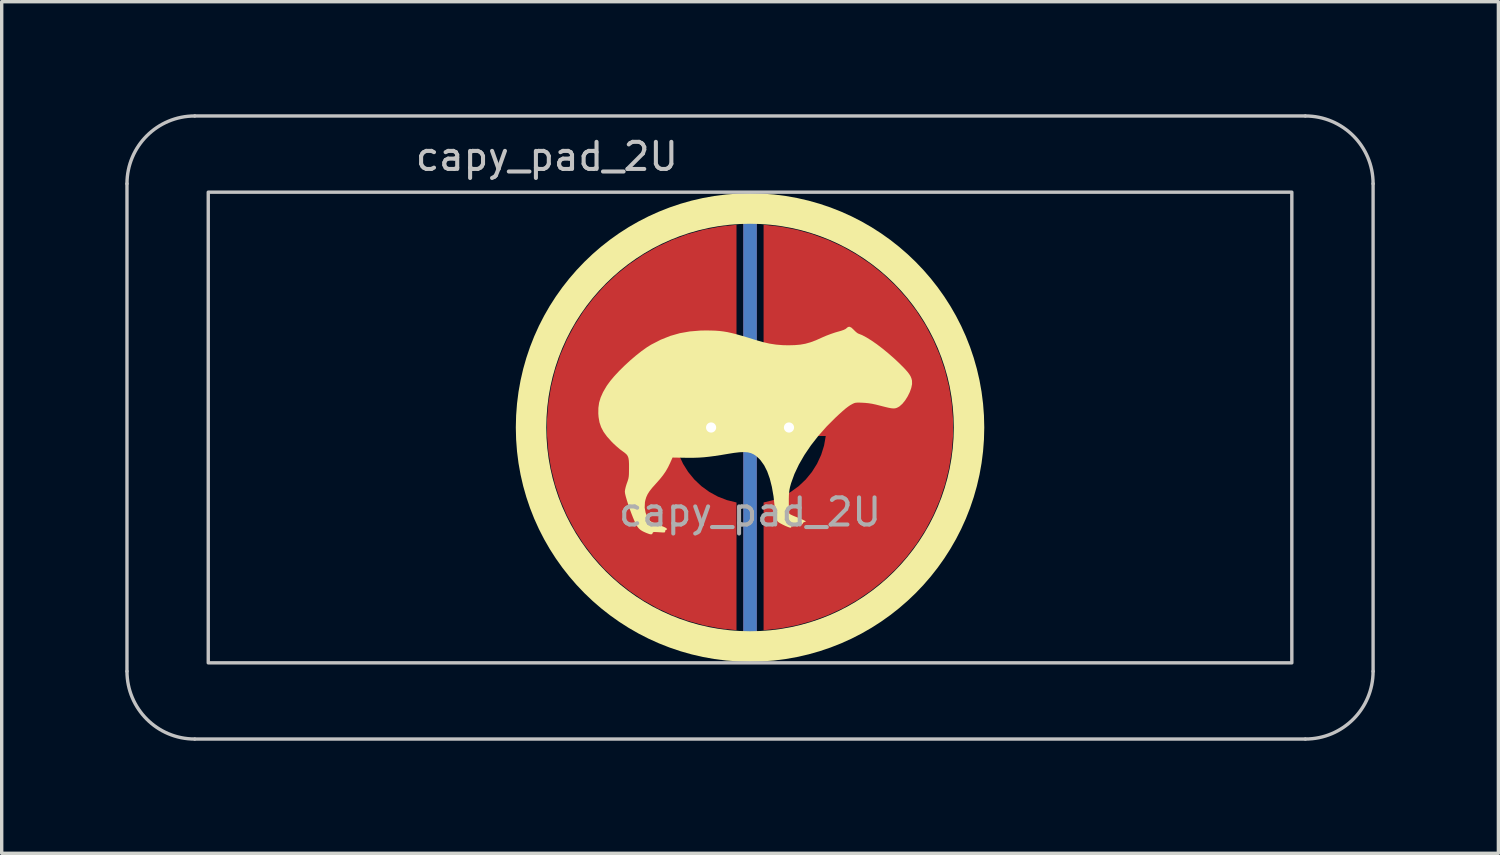
<source format=kicad_pcb>
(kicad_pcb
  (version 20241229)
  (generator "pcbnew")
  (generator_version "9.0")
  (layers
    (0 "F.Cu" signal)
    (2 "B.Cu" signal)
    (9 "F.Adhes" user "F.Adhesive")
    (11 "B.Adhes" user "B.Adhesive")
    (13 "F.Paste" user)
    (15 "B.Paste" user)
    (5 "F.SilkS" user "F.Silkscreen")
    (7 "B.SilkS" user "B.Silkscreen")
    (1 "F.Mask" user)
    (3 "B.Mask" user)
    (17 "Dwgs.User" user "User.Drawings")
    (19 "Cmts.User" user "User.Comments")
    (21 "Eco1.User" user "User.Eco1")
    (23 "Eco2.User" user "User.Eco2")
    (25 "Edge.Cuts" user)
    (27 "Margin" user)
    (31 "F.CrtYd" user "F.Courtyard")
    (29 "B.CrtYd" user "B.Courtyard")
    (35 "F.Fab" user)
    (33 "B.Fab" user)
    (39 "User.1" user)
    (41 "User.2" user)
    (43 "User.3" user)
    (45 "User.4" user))
  (footprint "capy_pad_2U"
    (layer "F.Cu")
    (at 19.1 9.575)
    (property "Reference" "capy_pad_2U" (at -6 -8 0) (layer "Dwgs.User") (effects (font (size 0.8 0.8) (thickness 0.12))))
    (attr exclude_from_pos_files exclude_from_bom)
    (fp_circle (center 0 0) (end -6.467 0) (stroke (width 0.9) (type solid)) (fill no) (layer "F.SilkS"))
    (fp_poly (pts (xy 2.994 -2.949) (xy 3.059 -2.889) (xy 3.064 -2.883) (xy 3.117 -2.831) (xy 3.167 -2.79) (xy 3.2 -2.772) (xy 3.309 -2.729) (xy 3.439 -2.66) (xy 3.587 -2.568) (xy 3.747 -2.457) (xy 3.916 -2.328) (xy 4.09 -2.185) (xy 4.264 -2.032) (xy 4.334 -1.967) (xy 4.462 -1.843) (xy 4.564 -1.74) (xy 4.642 -1.653) (xy 4.7 -1.578) (xy 4.741 -1.511) (xy 4.767 -1.447) (xy 4.783 -1.383) (xy 4.785 -1.283) (xy 4.761 -1.167) (xy 4.716 -1.042) (xy 4.654 -0.917) (xy 4.58 -0.8) (xy 4.498 -0.699) (xy 4.412 -0.623) (xy 4.37 -0.598) (xy 4.327 -0.578) (xy 4.282 -0.566) (xy 4.231 -0.563) (xy 4.167 -0.569) (xy 4.083 -0.585) (xy 3.974 -0.611) (xy 3.861 -0.64) (xy 3.72 -0.676) (xy 3.604 -0.701) (xy 3.5 -0.717) (xy 3.398 -0.727) (xy 3.334 -0.731) (xy 3.237 -0.735) (xy 3.169 -0.735) (xy 3.119 -0.731) (xy 3.079 -0.721) (xy 3.039 -0.703) (xy 3.016 -0.691) (xy 2.955 -0.657) (xy 2.891 -0.613) (xy 2.818 -0.557) (xy 2.733 -0.484) (xy 2.63 -0.391) (xy 2.528 -0.296) (xy 2.261 -0.029) (xy 2.016 0.248) (xy 1.797 0.529) (xy 1.605 0.812) (xy 1.442 1.095) (xy 1.311 1.372) (xy 1.213 1.643) (xy 1.182 1.754) (xy 1.166 1.829) (xy 1.155 1.907) (xy 1.148 1.998) (xy 1.145 2.112) (xy 1.145 2.213) (xy 1.146 2.32) (xy 1.148 2.415) (xy 1.153 2.489) (xy 1.158 2.535) (xy 1.161 2.545) (xy 1.185 2.563) (xy 1.236 2.589) (xy 1.306 2.619) (xy 1.349 2.636) (xy 1.433 2.67) (xy 1.511 2.702) (xy 1.571 2.729) (xy 1.588 2.738) (xy 1.654 2.773) (xy 1.6 2.793) (xy 1.564 2.815) (xy 1.556 2.839) (xy 1.547 2.857) (xy 1.504 2.867) (xy 1.433 2.867) (xy 1.336 2.858) (xy 1.293 2.852) (xy 1.246 2.847) (xy 1.226 2.856) (xy 1.221 2.888) (xy 1.221 2.904) (xy 1.218 2.946) (xy 1.202 2.959) (xy 1.168 2.954) (xy 1.114 2.935) (xy 1.042 2.905) (xy 0.965 2.868) (xy 0.895 2.831) (xy 0.844 2.8) (xy 0.83 2.789) (xy 0.805 2.762) (xy 0.786 2.727) (xy 0.77 2.679) (xy 0.757 2.612) (xy 0.745 2.519) (xy 0.733 2.395) (xy 0.729 2.353) (xy 0.694 2.035) (xy 0.645 1.754) (xy 0.583 1.508) (xy 0.507 1.295) (xy 0.417 1.117) (xy 0.312 0.97) (xy 0.271 0.925) (xy 0.192 0.852) (xy 0.113 0.796) (xy 0.028 0.757) (xy -0.068 0.733) (xy -0.18 0.725) (xy -0.314 0.731) (xy -0.475 0.75) (xy -0.633 0.775) (xy -0.853 0.812) (xy -1.044 0.841) (xy -1.212 0.863) (xy -1.364 0.879) (xy -1.51 0.889) (xy -1.655 0.894) (xy -1.808 0.895) (xy -1.902 0.894) (xy -2.289 0.887) (xy -2.36 1.047) (xy -2.423 1.177) (xy -2.49 1.294) (xy -2.568 1.407) (xy -2.663 1.526) (xy -2.781 1.659) (xy -2.789 1.668) (xy -2.892 1.783) (xy -2.969 1.882) (xy -3.025 1.97) (xy -3.065 2.057) (xy -3.092 2.148) (xy -3.104 2.21) (xy -3.112 2.368) (xy -3.083 2.522) (xy -3.017 2.667) (xy -3.017 2.667) (xy -2.988 2.714) (xy -2.961 2.748) (xy -2.93 2.774) (xy -2.884 2.799) (xy -2.818 2.827) (xy -2.743 2.856) (xy -2.656 2.89) (xy -2.578 2.921) (xy -2.52 2.946) (xy -2.492 2.96) (xy -2.457 2.987) (xy -2.451 3.01) (xy -2.474 3.021) (xy -2.477 3.021) (xy -2.501 3.038) (xy -2.506 3.064) (xy -2.508 3.083) (xy -2.518 3.095) (xy -2.543 3.1) (xy -2.592 3.099) (xy -2.67 3.094) (xy -2.686 3.093) (xy -2.771 3.088) (xy -2.824 3.086) (xy -2.855 3.091) (xy -2.87 3.101) (xy -2.877 3.12) (xy -2.892 3.148) (xy -2.924 3.156) (xy -2.977 3.146) (xy -3.057 3.116) (xy -3.068 3.112) (xy -3.162 3.069) (xy -3.229 3.029) (xy -3.281 2.984) (xy -3.328 2.926) (xy -3.332 2.92) (xy -3.367 2.861) (xy -3.409 2.772) (xy -3.455 2.663) (xy -3.504 2.538) (xy -3.552 2.407) (xy -3.598 2.276) (xy -3.637 2.151) (xy -3.669 2.041) (xy -3.69 1.953) (xy -3.697 1.893) (xy -3.697 1.892) (xy -3.69 1.835) (xy -3.672 1.756) (xy -3.646 1.67) (xy -3.636 1.643) (xy -3.611 1.572) (xy -3.594 1.514) (xy -3.583 1.457) (xy -3.577 1.391) (xy -3.575 1.305) (xy -3.574 1.211) (xy -3.574 1.078) (xy -3.579 0.977) (xy -3.591 0.901) (xy -3.613 0.843) (xy -3.647 0.795) (xy -3.697 0.75) (xy -3.765 0.7) (xy -3.771 0.696) (xy -3.846 0.64) (xy -3.934 0.565) (xy -4.024 0.483) (xy -4.091 0.416) (xy -4.224 0.268) (xy -4.325 0.129) (xy -4.397 -0.008) (xy -4.446 -0.151) (xy -4.473 -0.306) (xy -4.481 -0.412) (xy -4.479 -0.579) (xy -4.457 -0.734) (xy -4.412 -0.885) (xy -4.342 -1.042) (xy -4.244 -1.211) (xy -4.221 -1.246) (xy -4.127 -1.375) (xy -4.006 -1.519) (xy -3.864 -1.671) (xy -3.706 -1.827) (xy -3.54 -1.98) (xy -3.37 -2.125) (xy -3.204 -2.256) (xy -3.046 -2.369) (xy -2.92 -2.447) (xy -2.638 -2.592) (xy -2.359 -2.704) (xy -2.075 -2.785) (xy -1.78 -2.837) (xy -1.465 -2.863) (xy -1.296 -2.866) (xy -1.154 -2.864) (xy -1.026 -2.86) (xy -0.906 -2.851) (xy -0.789 -2.837) (xy -0.669 -2.817) (xy -0.54 -2.789) (xy -0.396 -2.752) (xy -0.233 -2.706) (xy -0.043 -2.649) (xy 0.146 -2.59) (xy 0.37 -2.525) (xy 0.573 -2.478) (xy 0.767 -2.448) (xy 0.963 -2.432) (xy 1.13 -2.428) (xy 1.318 -2.433) (xy 1.483 -2.447) (xy 1.635 -2.474) (xy 1.784 -2.516) (xy 1.943 -2.575) (xy 2.121 -2.655) (xy 2.136 -2.662) (xy 2.25 -2.711) (xy 2.382 -2.761) (xy 2.511 -2.805) (xy 2.577 -2.824) (xy 2.689 -2.856) (xy 2.769 -2.884) (xy 2.822 -2.91) (xy 2.848 -2.932) (xy 2.894 -2.969) (xy 2.941 -2.975)) (stroke (width 0) (type solid)) (fill yes) (layer "F.SilkS"))
    (fp_line (start -18.4 7.2) (end -18.4 -7.2) (stroke (width 0.1) (type default)) (layer "Dwgs.User"))
    (fp_line (start -16.4 -9.2) (end 16.4 -9.2) (stroke (width 0.1) (type default)) (layer "Dwgs.User"))
    (fp_line (start 16.4 9.2) (end -16.4 9.2) (stroke (width 0.1) (type default)) (layer "Dwgs.User"))
    (fp_line (start 18.4 -7.2) (end 18.4 7.2) (stroke (width 0.1) (type default)) (layer "Dwgs.User"))
    (fp_rect (start -16 -6.95) (end 16 6.95) (stroke (width 0.1) (type default)) (fill no) (layer "Dwgs.User"))
    (fp_arc (start -18.4 -7.2) (mid -17.814214 -8.614214) (end -16.4 -9.2) (stroke (width 0.1) (type default)) (layer "Dwgs.User"))
    (fp_arc (start -16.4 9.2) (mid -17.814214 8.614214) (end -18.4 7.2) (stroke (width 0.1) (type default)) (layer "Dwgs.User"))
    (fp_arc (start 16.4 -9.2) (mid 17.814214 -8.614214) (end 18.4 -7.2) (stroke (width 0.1) (type default)) (layer "Dwgs.User"))
    (fp_arc (start 18.4 7.2) (mid 17.814214 8.614214) (end 16.4 9.2) (stroke (width 0.1) (type default)) (layer "Dwgs.User"))
    (fp_rect (start -19.05 -9.525) (end 19.05 9.525) (stroke (width 0.1) (type default)) (fill no) (layer "Eco2.User"))
    (fp_text user "${REFERENCE}" (at 0 2.5 180) (layer "F.Fab") (effects (font (size 0.8 0.8) (thickness 0.12))))
    (pad "1" thru_hole circle (at -1.15 0 90) (size 0.8 0.8) (drill 0.3) (layers "*.Cu"))
    (pad "1" smd custom (at -1 0) (size 0.4 0.4) (layers "F.Cu") (options (anchor circle)) (primitives (gr_poly (pts (xy 0.6 -2.214) (xy 0.32 -2.145) (xy 0.052 -2.041) (xy -0.201 -1.903) (xy -0.434 -1.734) (xy -0.644 -1.536) (xy -0.826 -1.314) (xy -0.979 -1.07) (xy -1.1 -0.808) (xy -1.186 -0.534) (xy -1.236 -0.25) (xy 0 -0.25) (xy 0.096 -0.231) (xy 0.177 -0.177) (xy 0.231 -0.096) (xy 0.25 0) (xy 0.231 0.096) (xy 0.177 0.177) (xy 0.096 0.231) (xy 0 0.25) (xy -1.236 0.25) (xy -1.186 0.534) (xy -1.1 0.808) (xy -0.979 1.07) (xy -0.826 1.314) (xy -0.644 1.536) (xy -0.434 1.734) (xy -0.201 1.903) (xy 0.052 2.041) (xy 0.32 2.145) (xy 0.6 2.214) (xy 0.6 5.987) (xy 0.115 5.934) (xy -0.364 5.843) (xy -0.834 5.713) (xy -1.292 5.545) (xy -1.735 5.341) (xy -2.159 5.101) (xy -2.563 4.827) (xy -2.943 4.522) (xy -3.298 4.187) (xy -3.623 3.824) (xy -3.919 3.436) (xy -4.182 3.025) (xy -4.41 2.594) (xy -4.603 2.147) (xy -4.759 1.684) (xy -4.876 1.211) (xy -4.955 0.73) (xy -4.995 0.244) (xy -4.995 -0.244) (xy -4.955 -0.73) (xy -4.876 -1.211) (xy -4.759 -1.684) (xy -4.603 -2.147) (xy -4.41 -2.594) (xy -4.182 -3.025) (xy -3.919 -3.436) (xy -3.623 -3.824) (xy -3.298 -4.187) (xy -2.943 -4.522) (xy -2.563 -4.827) (xy -2.159 -5.101) (xy -1.735 -5.341) (xy -1.292 -5.545) (xy -0.834 -5.713) (xy -0.364 -5.843) (xy 0.115 -5.934) (xy 0.6 -5.987)) (width 0) (fill yes))))
    (pad "2" smd custom (at 1 0 180) (size 0.4 0.4) (layers "F.Cu") (options (anchor circle)) (primitives (gr_poly (pts (xy 0.6 -2.214) (xy 0.32 -2.145) (xy 0.052 -2.041) (xy -0.201 -1.903) (xy -0.434 -1.734) (xy -0.644 -1.536) (xy -0.826 -1.314) (xy -0.979 -1.07) (xy -1.1 -0.808) (xy -1.186 -0.534) (xy -1.236 -0.25) (xy 0 -0.25) (xy 0.096 -0.231) (xy 0.177 -0.177) (xy 0.231 -0.096) (xy 0.25 0) (xy 0.231 0.096) (xy 0.177 0.177) (xy 0.096 0.231) (xy 0 0.25) (xy -1.236 0.25) (xy -1.186 0.534) (xy -1.1 0.808) (xy -0.979 1.07) (xy -0.826 1.314) (xy -0.644 1.536) (xy -0.434 1.734) (xy -0.201 1.903) (xy 0.052 2.041) (xy 0.32 2.145) (xy 0.6 2.214) (xy 0.6 5.987) (xy 0.115 5.934) (xy -0.364 5.843) (xy -0.834 5.713) (xy -1.292 5.545) (xy -1.735 5.341) (xy -2.159 5.101) (xy -2.563 4.827) (xy -2.943 4.522) (xy -3.298 4.187) (xy -3.623 3.824) (xy -3.919 3.436) (xy -4.182 3.025) (xy -4.41 2.594) (xy -4.603 2.147) (xy -4.759 1.684) (xy -4.876 1.211) (xy -4.955 0.73) (xy -4.995 0.244) (xy -4.995 -0.244) (xy -4.955 -0.73) (xy -4.876 -1.211) (xy -4.759 -1.684) (xy -4.603 -2.147) (xy -4.41 -2.594) (xy -4.182 -3.025) (xy -3.919 -3.436) (xy -3.623 -3.824) (xy -3.298 -4.187) (xy -2.943 -4.522) (xy -2.563 -4.827) (xy -2.159 -5.101) (xy -1.735 -5.341) (xy -1.292 -5.545) (xy -0.834 -5.713) (xy -0.364 -5.843) (xy 0.115 -5.934) (xy 0.6 -5.987)) (width 0) (fill yes))))
    (pad "2" thru_hole circle (at 1.15 0 90) (size 0.8 0.8) (drill 0.3) (layers "*.Cu"))
    (pad "3" smd roundrect (at 0 0) (size 0.4 12.5) (layers "B.Cu") (roundrect_rratio 0.5))
    (pad "3" smd roundrect (at 0 0) (size 0.4 12.75) (layers "F.Cu") (roundrect_rratio 0.5))
    (zone (net_name "") (layer "F.Cu") (hatch edge 0.508) (connect_pads) (min_thickness 0.254) (filled_areas_thickness no) (keepout (tracks allowed) (vias allowed) (pads allowed) (copperpour not_allowed) (footprints allowed)) (placement (enabled no)) (fill) (polygon (pts (xy 19.1 15.825) (xy 18.555 15.801) (xy 18.015 15.73) (xy 17.482 15.612) (xy 16.962 15.448) (xy 16.459 15.239) (xy 15.975 14.988) (xy 15.515 14.695) (xy 15.083 14.363) (xy 14.681 13.994) (xy 14.312 13.592) (xy 13.98 13.16) (xy 13.687 12.7) (xy 13.436 12.216) (xy 13.227 11.713) (xy 13.063 11.193) (xy 12.945 10.66) (xy 12.874 10.12) (xy 12.85 9.575) (xy 12.874 9.03) (xy 12.945 8.49) (xy 13.063 7.957) (xy 13.227 7.437) (xy 13.436 6.934) (xy 13.687 6.45) (xy 13.98 5.99) (xy 14.312 5.558) (xy 14.681 5.156) (xy 15.083 4.787) (xy 15.515 4.455) (xy 15.975 4.162) (xy 16.459 3.911) (xy 16.962 3.702) (xy 17.482 3.538) (xy 18.015 3.42) (xy 18.555 3.349) (xy 19.1 3.325) (xy 19.645 3.349) (xy 20.185 3.42) (xy 20.718 3.538) (xy 21.238 3.702) (xy 21.741 3.911) (xy 22.225 4.162) (xy 22.685 4.455) (xy 23.117 4.787) (xy 23.519 5.156) (xy 23.888 5.558) (xy 24.22 5.99) (xy 24.513 6.45) (xy 24.764 6.934) (xy 24.973 7.437) (xy 25.137 7.957) (xy 25.255 8.49) (xy 25.326 9.03) (xy 25.35 9.575) (xy 25.326 10.12) (xy 25.255 10.66) (xy 25.137 11.193) (xy 24.973 11.713) (xy 24.764 12.216) (xy 24.513 12.7) (xy 24.22 13.16) (xy 23.888 13.592) (xy 23.519 13.994) (xy 23.117 14.363) (xy 22.685 14.695) (xy 22.225 14.988) (xy 21.741 15.239) (xy 21.238 15.448) (xy 20.718 15.612) (xy 20.185 15.73) (xy 19.645 15.801))))
    (zone (net_name "") (layer "B.Cu") (hatch edge 0.1) (connect_pads) (min_thickness 0.254) (filled_areas_thickness no) (keepout (tracks allowed) (vias allowed) (pads allowed) (copperpour not_allowed) (footprints allowed)) (placement (enabled no)) (fill) (polygon (pts (xy 19.1 15.575) (xy 18.577 15.552) (xy 18.058 15.484) (xy 17.547 15.371) (xy 17.048 15.213) (xy 16.564 15.013) (xy 16.1 14.771) (xy 15.659 14.49) (xy 15.243 14.171) (xy 14.857 13.818) (xy 14.504 13.432) (xy 14.185 13.016) (xy 13.904 12.575) (xy 13.662 12.111) (xy 13.462 11.627) (xy 13.304 11.128) (xy 13.191 10.617) (xy 13.123 10.098) (xy 13.1 9.575) (xy 13.123 9.052) (xy 13.191 8.533) (xy 13.304 8.022) (xy 13.462 7.523) (xy 13.662 7.039) (xy 13.904 6.575) (xy 14.185 6.134) (xy 14.504 5.718) (xy 14.857 5.332) (xy 15.243 4.979) (xy 15.659 4.66) (xy 16.1 4.379) (xy 16.564 4.137) (xy 17.048 3.937) (xy 17.547 3.779) (xy 18.058 3.666) (xy 18.577 3.598) (xy 19.1 3.575) (xy 19.623 3.598) (xy 20.142 3.666) (xy 20.653 3.779) (xy 21.152 3.937) (xy 21.636 4.137) (xy 22.1 4.379) (xy 22.541 4.66) (xy 22.957 4.979) (xy 23.343 5.332) (xy 23.696 5.718) (xy 24.015 6.134) (xy 24.296 6.575) (xy 24.538 7.039) (xy 24.738 7.523) (xy 24.896 8.022) (xy 25.009 8.533) (xy 25.077 9.052) (xy 25.1 9.575) (xy 25.077 10.098) (xy 25.009 10.617) (xy 24.896 11.128) (xy 24.738 11.627) (xy 24.538 12.111) (xy 24.296 12.575) (xy 24.015 13.016) (xy 23.696 13.432) (xy 23.343 13.818) (xy 22.957 14.171) (xy 22.541 14.49) (xy 22.1 14.771) (xy 21.636 15.013) (xy 21.152 15.213) (xy 20.653 15.371) (xy 20.142 15.484) (xy 19.623 15.552)))))
  (gr_rect
    (start -3 -3)
    (end 41.2 22.15)
    (stroke (width 0.1) (type default))
    (fill no)
    (layer "Edge.Cuts")))
</source>
